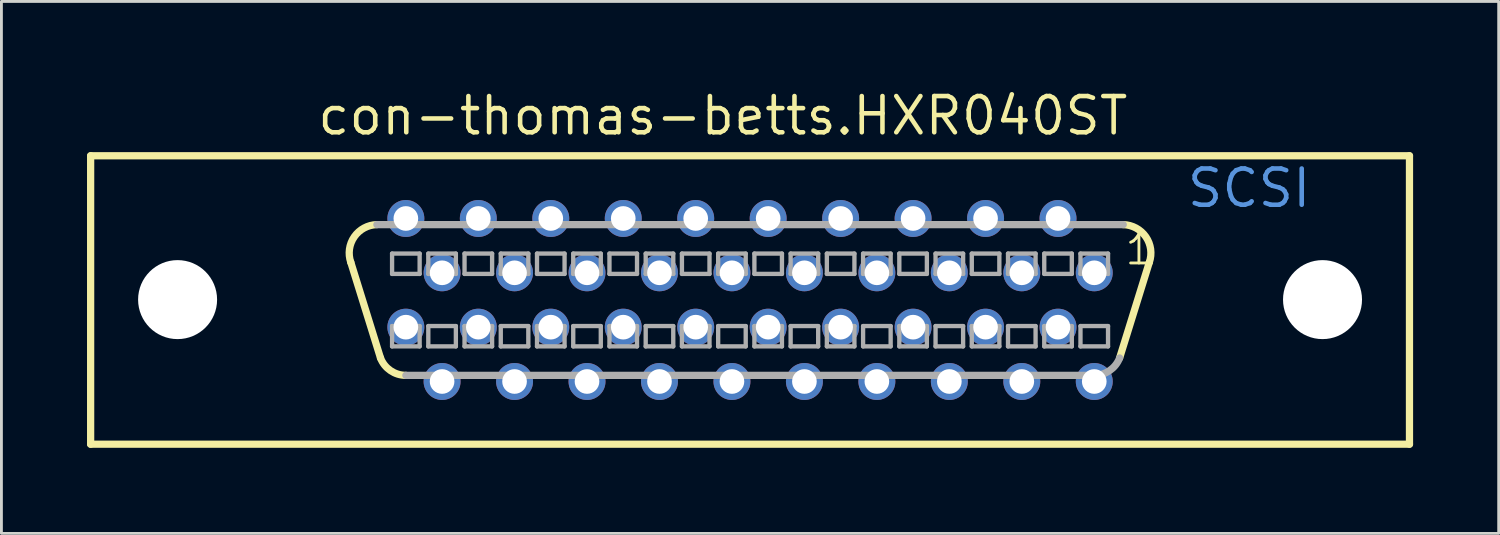
<source format=kicad_pcb>
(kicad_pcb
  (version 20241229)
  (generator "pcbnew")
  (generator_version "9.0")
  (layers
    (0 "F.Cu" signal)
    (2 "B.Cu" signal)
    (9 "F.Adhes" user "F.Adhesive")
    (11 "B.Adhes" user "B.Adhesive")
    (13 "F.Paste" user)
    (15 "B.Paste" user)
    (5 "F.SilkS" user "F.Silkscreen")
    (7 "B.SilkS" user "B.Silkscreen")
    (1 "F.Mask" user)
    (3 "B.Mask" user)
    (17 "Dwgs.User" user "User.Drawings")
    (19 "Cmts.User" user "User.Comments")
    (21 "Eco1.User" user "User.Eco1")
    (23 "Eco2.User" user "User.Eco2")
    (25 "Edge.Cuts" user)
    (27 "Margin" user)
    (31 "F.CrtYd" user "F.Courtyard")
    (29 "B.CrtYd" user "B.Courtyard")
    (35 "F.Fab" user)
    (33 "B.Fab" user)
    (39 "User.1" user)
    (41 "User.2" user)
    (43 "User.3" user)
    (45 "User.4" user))
  (footprint "con-thomas-betts.HXR040ST"
    (layer "F.Cu")
    (at 23.241 7.465)
    (property "Reference" "con-thomas-betts.HXR040ST" (at -15.24 -5.715 0) (layer "F.SilkS") (effects (font (size 1.27 1.27) (thickness 0.16)) (justify left bottom)))
    (attr through_hole)
    (fp_line (start -23.114 -5.055) (end 23.114 -5.055) (stroke (width 0.254) (type default)) (layer "F.SilkS"))
    (fp_line (start -23.114 5.055) (end -23.114 -5.055) (stroke (width 0.254) (type default)) (layer "F.SilkS"))
    (fp_line (start -12.954 2.032) (end -13.995 -1.321) (stroke (width 0.254) (type default)) (layer "F.SilkS"))
    (fp_line (start 12.954 2.032) (end 13.995 -1.321) (stroke (width 0.254) (type default)) (layer "F.SilkS"))
    (fp_line (start 23.114 -5.055) (end 23.114 5.055) (stroke (width 0.254) (type default)) (layer "F.SilkS"))
    (fp_line (start 23.114 5.055) (end -23.114 5.055) (stroke (width 0.254) (type default)) (layer "F.SilkS"))
    (fp_arc (start -13.9954 -1.3208) (mid -13.873543 -2.213361) (end -13.081 -2.6416) (stroke (width 0.254) (type default)) (layer "F.SilkS"))
    (fp_arc (start -12.065 2.6416) (mid -12.604029 2.474654) (end -12.954 2.032) (stroke (width 0.254) (type default)) (layer "F.SilkS"))
    (fp_arc (start 13.081 -2.6416) (mid 13.873543 -2.213361) (end 13.9954 -1.3208) (stroke (width 0.254) (type default)) (layer "F.SilkS"))
    (fp_line (start -12.548 -1.626) (end -12.548 -0.914) (stroke (width 0.152) (type default)) (layer "F.Fab"))
    (fp_line (start -12.548 -0.914) (end -11.582 -0.914) (stroke (width 0.152) (type default)) (layer "F.Fab"))
    (fp_line (start -12.548 0.914) (end -12.548 1.626) (stroke (width 0.152) (type default)) (layer "F.Fab"))
    (fp_line (start -12.548 1.626) (end -11.582 1.626) (stroke (width 0.152) (type default)) (layer "F.Fab"))
    (fp_line (start -11.582 -1.626) (end -12.548 -1.626) (stroke (width 0.152) (type default)) (layer "F.Fab"))
    (fp_line (start -11.582 -0.914) (end -11.582 -1.626) (stroke (width 0.152) (type default)) (layer "F.Fab"))
    (fp_line (start -11.582 0.914) (end -12.548 0.914) (stroke (width 0.152) (type default)) (layer "F.Fab"))
    (fp_line (start -11.582 1.626) (end -11.582 0.914) (stroke (width 0.152) (type default)) (layer "F.Fab"))
    (fp_line (start -11.278 -1.626) (end -11.278 -0.914) (stroke (width 0.152) (type default)) (layer "F.Fab"))
    (fp_line (start -11.278 -0.914) (end -10.312 -0.914) (stroke (width 0.152) (type default)) (layer "F.Fab"))
    (fp_line (start -11.278 0.914) (end -11.278 1.626) (stroke (width 0.152) (type default)) (layer "F.Fab"))
    (fp_line (start -11.278 1.626) (end -10.312 1.626) (stroke (width 0.152) (type default)) (layer "F.Fab"))
    (fp_line (start -10.312 -1.626) (end -11.278 -1.626) (stroke (width 0.152) (type default)) (layer "F.Fab"))
    (fp_line (start -10.312 -0.914) (end -10.312 -1.626) (stroke (width 0.152) (type default)) (layer "F.Fab"))
    (fp_line (start -10.312 0.914) (end -11.278 0.914) (stroke (width 0.152) (type default)) (layer "F.Fab"))
    (fp_line (start -10.312 1.626) (end -10.312 0.914) (stroke (width 0.152) (type default)) (layer "F.Fab"))
    (fp_line (start -10.008 -1.626) (end -10.008 -0.914) (stroke (width 0.152) (type default)) (layer "F.Fab"))
    (fp_line (start -10.008 -0.914) (end -9.042 -0.914) (stroke (width 0.152) (type default)) (layer "F.Fab"))
    (fp_line (start -10.008 0.914) (end -10.008 1.626) (stroke (width 0.152) (type default)) (layer "F.Fab"))
    (fp_line (start -10.008 1.626) (end -9.042 1.626) (stroke (width 0.152) (type default)) (layer "F.Fab"))
    (fp_line (start -9.042 -1.626) (end -10.008 -1.626) (stroke (width 0.152) (type default)) (layer "F.Fab"))
    (fp_line (start -9.042 -0.914) (end -9.042 -1.626) (stroke (width 0.152) (type default)) (layer "F.Fab"))
    (fp_line (start -9.042 0.914) (end -10.008 0.914) (stroke (width 0.152) (type default)) (layer "F.Fab"))
    (fp_line (start -9.042 1.626) (end -9.042 0.914) (stroke (width 0.152) (type default)) (layer "F.Fab"))
    (fp_line (start -8.738 -1.626) (end -8.738 -0.914) (stroke (width 0.152) (type default)) (layer "F.Fab"))
    (fp_line (start -8.738 -0.914) (end -7.772 -0.914) (stroke (width 0.152) (type default)) (layer "F.Fab"))
    (fp_line (start -8.738 0.914) (end -8.738 1.626) (stroke (width 0.152) (type default)) (layer "F.Fab"))
    (fp_line (start -8.738 1.626) (end -7.772 1.626) (stroke (width 0.152) (type default)) (layer "F.Fab"))
    (fp_line (start -7.772 -1.626) (end -8.738 -1.626) (stroke (width 0.152) (type default)) (layer "F.Fab"))
    (fp_line (start -7.772 -0.914) (end -7.772 -1.626) (stroke (width 0.152) (type default)) (layer "F.Fab"))
    (fp_line (start -7.772 0.914) (end -8.738 0.914) (stroke (width 0.152) (type default)) (layer "F.Fab"))
    (fp_line (start -7.772 1.626) (end -7.772 0.914) (stroke (width 0.152) (type default)) (layer "F.Fab"))
    (fp_line (start -7.468 -1.626) (end -7.468 -0.914) (stroke (width 0.152) (type default)) (layer "F.Fab"))
    (fp_line (start -7.468 -0.914) (end -6.502 -0.914) (stroke (width 0.152) (type default)) (layer "F.Fab"))
    (fp_line (start -7.468 0.914) (end -7.468 1.626) (stroke (width 0.152) (type default)) (layer "F.Fab"))
    (fp_line (start -7.468 1.626) (end -6.502 1.626) (stroke (width 0.152) (type default)) (layer "F.Fab"))
    (fp_line (start -6.502 -1.626) (end -7.468 -1.626) (stroke (width 0.152) (type default)) (layer "F.Fab"))
    (fp_line (start -6.502 -0.914) (end -6.502 -1.626) (stroke (width 0.152) (type default)) (layer "F.Fab"))
    (fp_line (start -6.502 0.914) (end -7.468 0.914) (stroke (width 0.152) (type default)) (layer "F.Fab"))
    (fp_line (start -6.502 1.626) (end -6.502 0.914) (stroke (width 0.152) (type default)) (layer "F.Fab"))
    (fp_line (start -6.198 -1.626) (end -6.198 -0.914) (stroke (width 0.152) (type default)) (layer "F.Fab"))
    (fp_line (start -6.198 -0.914) (end -5.232 -0.914) (stroke (width 0.152) (type default)) (layer "F.Fab"))
    (fp_line (start -6.198 0.914) (end -6.198 1.626) (stroke (width 0.152) (type default)) (layer "F.Fab"))
    (fp_line (start -6.198 1.626) (end -5.232 1.626) (stroke (width 0.152) (type default)) (layer "F.Fab"))
    (fp_line (start -5.232 -1.626) (end -6.198 -1.626) (stroke (width 0.152) (type default)) (layer "F.Fab"))
    (fp_line (start -5.232 -0.914) (end -5.232 -1.626) (stroke (width 0.152) (type default)) (layer "F.Fab"))
    (fp_line (start -5.232 0.914) (end -6.198 0.914) (stroke (width 0.152) (type default)) (layer "F.Fab"))
    (fp_line (start -5.232 1.626) (end -5.232 0.914) (stroke (width 0.152) (type default)) (layer "F.Fab"))
    (fp_line (start -4.928 -1.626) (end -4.928 -0.914) (stroke (width 0.152) (type default)) (layer "F.Fab"))
    (fp_line (start -4.928 -0.914) (end -3.962 -0.914) (stroke (width 0.152) (type default)) (layer "F.Fab"))
    (fp_line (start -4.928 0.914) (end -4.928 1.626) (stroke (width 0.152) (type default)) (layer "F.Fab"))
    (fp_line (start -4.928 1.626) (end -3.962 1.626) (stroke (width 0.152) (type default)) (layer "F.Fab"))
    (fp_line (start -3.962 -1.626) (end -4.928 -1.626) (stroke (width 0.152) (type default)) (layer "F.Fab"))
    (fp_line (start -3.962 -0.914) (end -3.962 -1.626) (stroke (width 0.152) (type default)) (layer "F.Fab"))
    (fp_line (start -3.962 0.914) (end -4.928 0.914) (stroke (width 0.152) (type default)) (layer "F.Fab"))
    (fp_line (start -3.962 1.626) (end -3.962 0.914) (stroke (width 0.152) (type default)) (layer "F.Fab"))
    (fp_line (start -3.658 -1.626) (end -3.658 -0.914) (stroke (width 0.152) (type default)) (layer "F.Fab"))
    (fp_line (start -3.658 -0.914) (end -2.692 -0.914) (stroke (width 0.152) (type default)) (layer "F.Fab"))
    (fp_line (start -3.658 0.914) (end -3.658 1.626) (stroke (width 0.152) (type default)) (layer "F.Fab"))
    (fp_line (start -3.658 1.626) (end -2.692 1.626) (stroke (width 0.152) (type default)) (layer "F.Fab"))
    (fp_line (start -2.692 -1.626) (end -3.658 -1.626) (stroke (width 0.152) (type default)) (layer "F.Fab"))
    (fp_line (start -2.692 -0.914) (end -2.692 -1.626) (stroke (width 0.152) (type default)) (layer "F.Fab"))
    (fp_line (start -2.692 0.914) (end -3.658 0.914) (stroke (width 0.152) (type default)) (layer "F.Fab"))
    (fp_line (start -2.692 1.626) (end -2.692 0.914) (stroke (width 0.152) (type default)) (layer "F.Fab"))
    (fp_line (start -2.388 -1.626) (end -2.388 -0.914) (stroke (width 0.152) (type default)) (layer "F.Fab"))
    (fp_line (start -2.388 -0.914) (end -1.422 -0.914) (stroke (width 0.152) (type default)) (layer "F.Fab"))
    (fp_line (start -2.388 0.914) (end -2.388 1.626) (stroke (width 0.152) (type default)) (layer "F.Fab"))
    (fp_line (start -2.388 1.626) (end -1.422 1.626) (stroke (width 0.152) (type default)) (layer "F.Fab"))
    (fp_line (start -1.422 -1.626) (end -2.388 -1.626) (stroke (width 0.152) (type default)) (layer "F.Fab"))
    (fp_line (start -1.422 -0.914) (end -1.422 -1.626) (stroke (width 0.152) (type default)) (layer "F.Fab"))
    (fp_line (start -1.422 0.914) (end -2.388 0.914) (stroke (width 0.152) (type default)) (layer "F.Fab"))
    (fp_line (start -1.422 1.626) (end -1.422 0.914) (stroke (width 0.152) (type default)) (layer "F.Fab"))
    (fp_line (start -1.118 -1.626) (end -1.118 -0.914) (stroke (width 0.152) (type default)) (layer "F.Fab"))
    (fp_line (start -1.118 -0.914) (end -0.152 -0.914) (stroke (width 0.152) (type default)) (layer "F.Fab"))
    (fp_line (start -1.118 0.914) (end -1.118 1.626) (stroke (width 0.152) (type default)) (layer "F.Fab"))
    (fp_line (start -1.118 1.626) (end -0.152 1.626) (stroke (width 0.152) (type default)) (layer "F.Fab"))
    (fp_line (start -0.152 -1.626) (end -1.118 -1.626) (stroke (width 0.152) (type default)) (layer "F.Fab"))
    (fp_line (start -0.152 -0.914) (end -0.152 -1.626) (stroke (width 0.152) (type default)) (layer "F.Fab"))
    (fp_line (start -0.152 0.914) (end -1.118 0.914) (stroke (width 0.152) (type default)) (layer "F.Fab"))
    (fp_line (start -0.152 1.626) (end -0.152 0.914) (stroke (width 0.152) (type default)) (layer "F.Fab"))
    (fp_line (start 0.152 -1.626) (end 0.152 -0.914) (stroke (width 0.152) (type default)) (layer "F.Fab"))
    (fp_line (start 0.152 -0.914) (end 1.118 -0.914) (stroke (width 0.152) (type default)) (layer "F.Fab"))
    (fp_line (start 0.152 0.914) (end 0.152 1.626) (stroke (width 0.152) (type default)) (layer "F.Fab"))
    (fp_line (start 0.152 1.626) (end 1.118 1.626) (stroke (width 0.152) (type default)) (layer "F.Fab"))
    (fp_line (start 1.118 -1.626) (end 0.152 -1.626) (stroke (width 0.152) (type default)) (layer "F.Fab"))
    (fp_line (start 1.118 -0.914) (end 1.118 -1.626) (stroke (width 0.152) (type default)) (layer "F.Fab"))
    (fp_line (start 1.118 0.914) (end 0.152 0.914) (stroke (width 0.152) (type default)) (layer "F.Fab"))
    (fp_line (start 1.118 1.626) (end 1.118 0.914) (stroke (width 0.152) (type default)) (layer "F.Fab"))
    (fp_line (start 1.422 -1.626) (end 1.422 -0.914) (stroke (width 0.152) (type default)) (layer "F.Fab"))
    (fp_line (start 1.422 -0.914) (end 2.388 -0.914) (stroke (width 0.152) (type default)) (layer "F.Fab"))
    (fp_line (start 1.422 0.914) (end 1.422 1.626) (stroke (width 0.152) (type default)) (layer "F.Fab"))
    (fp_line (start 1.422 1.626) (end 2.388 1.626) (stroke (width 0.152) (type default)) (layer "F.Fab"))
    (fp_line (start 2.388 -1.626) (end 1.422 -1.626) (stroke (width 0.152) (type default)) (layer "F.Fab"))
    (fp_line (start 2.388 -0.914) (end 2.388 -1.626) (stroke (width 0.152) (type default)) (layer "F.Fab"))
    (fp_line (start 2.388 0.914) (end 1.422 0.914) (stroke (width 0.152) (type default)) (layer "F.Fab"))
    (fp_line (start 2.388 1.626) (end 2.388 0.914) (stroke (width 0.152) (type default)) (layer "F.Fab"))
    (fp_line (start 2.692 -1.626) (end 2.692 -0.914) (stroke (width 0.152) (type default)) (layer "F.Fab"))
    (fp_line (start 2.692 -0.914) (end 3.658 -0.914) (stroke (width 0.152) (type default)) (layer "F.Fab"))
    (fp_line (start 2.692 0.914) (end 2.692 1.626) (stroke (width 0.152) (type default)) (layer "F.Fab"))
    (fp_line (start 2.692 1.626) (end 3.658 1.626) (stroke (width 0.152) (type default)) (layer "F.Fab"))
    (fp_line (start 3.658 -1.626) (end 2.692 -1.626) (stroke (width 0.152) (type default)) (layer "F.Fab"))
    (fp_line (start 3.658 -0.914) (end 3.658 -1.626) (stroke (width 0.152) (type default)) (layer "F.Fab"))
    (fp_line (start 3.658 0.914) (end 2.692 0.914) (stroke (width 0.152) (type default)) (layer "F.Fab"))
    (fp_line (start 3.658 1.626) (end 3.658 0.914) (stroke (width 0.152) (type default)) (layer "F.Fab"))
    (fp_line (start 3.962 -1.626) (end 3.962 -0.914) (stroke (width 0.152) (type default)) (layer "F.Fab"))
    (fp_line (start 3.962 -0.914) (end 4.928 -0.914) (stroke (width 0.152) (type default)) (layer "F.Fab"))
    (fp_line (start 3.962 0.914) (end 3.962 1.626) (stroke (width 0.152) (type default)) (layer "F.Fab"))
    (fp_line (start 3.962 1.626) (end 4.928 1.626) (stroke (width 0.152) (type default)) (layer "F.Fab"))
    (fp_line (start 4.928 -1.626) (end 3.962 -1.626) (stroke (width 0.152) (type default)) (layer "F.Fab"))
    (fp_line (start 4.928 -0.914) (end 4.928 -1.626) (stroke (width 0.152) (type default)) (layer "F.Fab"))
    (fp_line (start 4.928 0.914) (end 3.962 0.914) (stroke (width 0.152) (type default)) (layer "F.Fab"))
    (fp_line (start 4.928 1.626) (end 4.928 0.914) (stroke (width 0.152) (type default)) (layer "F.Fab"))
    (fp_line (start 5.232 -1.626) (end 5.232 -0.914) (stroke (width 0.152) (type default)) (layer "F.Fab"))
    (fp_line (start 5.232 -0.914) (end 6.198 -0.914) (stroke (width 0.152) (type default)) (layer "F.Fab"))
    (fp_line (start 5.232 0.914) (end 5.232 1.626) (stroke (width 0.152) (type default)) (layer "F.Fab"))
    (fp_line (start 5.232 1.626) (end 6.198 1.626) (stroke (width 0.152) (type default)) (layer "F.Fab"))
    (fp_line (start 6.198 -1.626) (end 5.232 -1.626) (stroke (width 0.152) (type default)) (layer "F.Fab"))
    (fp_line (start 6.198 -0.914) (end 6.198 -1.626) (stroke (width 0.152) (type default)) (layer "F.Fab"))
    (fp_line (start 6.198 0.914) (end 5.232 0.914) (stroke (width 0.152) (type default)) (layer "F.Fab"))
    (fp_line (start 6.198 1.626) (end 6.198 0.914) (stroke (width 0.152) (type default)) (layer "F.Fab"))
    (fp_line (start 6.502 -1.626) (end 6.502 -0.914) (stroke (width 0.152) (type default)) (layer "F.Fab"))
    (fp_line (start 6.502 -0.914) (end 7.468 -0.914) (stroke (width 0.152) (type default)) (layer "F.Fab"))
    (fp_line (start 6.502 0.914) (end 6.502 1.626) (stroke (width 0.152) (type default)) (layer "F.Fab"))
    (fp_line (start 6.502 1.626) (end 7.468 1.626) (stroke (width 0.152) (type default)) (layer "F.Fab"))
    (fp_line (start 7.468 -1.626) (end 6.502 -1.626) (stroke (width 0.152) (type default)) (layer "F.Fab"))
    (fp_line (start 7.468 -0.914) (end 7.468 -1.626) (stroke (width 0.152) (type default)) (layer "F.Fab"))
    (fp_line (start 7.468 0.914) (end 6.502 0.914) (stroke (width 0.152) (type default)) (layer "F.Fab"))
    (fp_line (start 7.468 1.626) (end 7.468 0.914) (stroke (width 0.152) (type default)) (layer "F.Fab"))
    (fp_line (start 7.772 -1.626) (end 7.772 -0.914) (stroke (width 0.152) (type default)) (layer "F.Fab"))
    (fp_line (start 7.772 -0.914) (end 8.738 -0.914) (stroke (width 0.152) (type default)) (layer "F.Fab"))
    (fp_line (start 7.772 0.914) (end 7.772 1.626) (stroke (width 0.152) (type default)) (layer "F.Fab"))
    (fp_line (start 7.772 1.626) (end 8.738 1.626) (stroke (width 0.152) (type default)) (layer "F.Fab"))
    (fp_line (start 8.738 -1.626) (end 7.772 -1.626) (stroke (width 0.152) (type default)) (layer "F.Fab"))
    (fp_line (start 8.738 -0.914) (end 8.738 -1.626) (stroke (width 0.152) (type default)) (layer "F.Fab"))
    (fp_line (start 8.738 0.914) (end 7.772 0.914) (stroke (width 0.152) (type default)) (layer "F.Fab"))
    (fp_line (start 8.738 1.626) (end 8.738 0.914) (stroke (width 0.152) (type default)) (layer "F.Fab"))
    (fp_line (start 9.042 -1.626) (end 9.042 -0.914) (stroke (width 0.152) (type default)) (layer "F.Fab"))
    (fp_line (start 9.042 -0.914) (end 10.008 -0.914) (stroke (width 0.152) (type default)) (layer "F.Fab"))
    (fp_line (start 9.042 0.914) (end 9.042 1.626) (stroke (width 0.152) (type default)) (layer "F.Fab"))
    (fp_line (start 9.042 1.626) (end 10.008 1.626) (stroke (width 0.152) (type default)) (layer "F.Fab"))
    (fp_line (start 10.008 -1.626) (end 9.042 -1.626) (stroke (width 0.152) (type default)) (layer "F.Fab"))
    (fp_line (start 10.008 -0.914) (end 10.008 -1.626) (stroke (width 0.152) (type default)) (layer "F.Fab"))
    (fp_line (start 10.008 0.914) (end 9.042 0.914) (stroke (width 0.152) (type default)) (layer "F.Fab"))
    (fp_line (start 10.008 1.626) (end 10.008 0.914) (stroke (width 0.152) (type default)) (layer "F.Fab"))
    (fp_line (start 10.312 -1.626) (end 10.312 -0.914) (stroke (width 0.152) (type default)) (layer "F.Fab"))
    (fp_line (start 10.312 -0.914) (end 11.278 -0.914) (stroke (width 0.152) (type default)) (layer "F.Fab"))
    (fp_line (start 10.312 0.914) (end 10.312 1.626) (stroke (width 0.152) (type default)) (layer "F.Fab"))
    (fp_line (start 10.312 1.626) (end 11.278 1.626) (stroke (width 0.152) (type default)) (layer "F.Fab"))
    (fp_line (start 11.278 -1.626) (end 10.312 -1.626) (stroke (width 0.152) (type default)) (layer "F.Fab"))
    (fp_line (start 11.278 -0.914) (end 11.278 -1.626) (stroke (width 0.152) (type default)) (layer "F.Fab"))
    (fp_line (start 11.278 0.914) (end 10.312 0.914) (stroke (width 0.152) (type default)) (layer "F.Fab"))
    (fp_line (start 11.278 1.626) (end 11.278 0.914) (stroke (width 0.152) (type default)) (layer "F.Fab"))
    (fp_line (start 11.582 -1.626) (end 11.582 -0.914) (stroke (width 0.152) (type default)) (layer "F.Fab"))
    (fp_line (start 11.582 -0.914) (end 12.548 -0.914) (stroke (width 0.152) (type default)) (layer "F.Fab"))
    (fp_line (start 11.582 0.914) (end 11.582 1.626) (stroke (width 0.152) (type default)) (layer "F.Fab"))
    (fp_line (start 11.582 1.626) (end 12.548 1.626) (stroke (width 0.152) (type default)) (layer "F.Fab"))
    (fp_line (start 12.065 2.642) (end -12.065 2.642) (stroke (width 0.254) (type default)) (layer "F.Fab"))
    (fp_line (start 12.548 -1.626) (end 11.582 -1.626) (stroke (width 0.152) (type default)) (layer "F.Fab"))
    (fp_line (start 12.548 -0.914) (end 12.548 -1.626) (stroke (width 0.152) (type default)) (layer "F.Fab"))
    (fp_line (start 12.548 0.914) (end 11.582 0.914) (stroke (width 0.152) (type default)) (layer "F.Fab"))
    (fp_line (start 12.548 1.626) (end 12.548 0.914) (stroke (width 0.152) (type default)) (layer "F.Fab"))
    (fp_line (start 13.081 -2.642) (end -13.081 -2.642) (stroke (width 0.254) (type default)) (layer "F.Fab"))
    (fp_arc (start 12.954 2.032) (mid 12.604029 2.474654) (end 12.065 2.6416) (stroke (width 0.254) (type default)) (layer "F.Fab"))
    (fp_text user "1" (at 13.081 -1.168 0) (layer "F.SilkS") (effects (font (size 1.016 1.016) (thickness 0.1)) (justify left bottom)))
    (fp_text user "SCSI" (at 15.24 -3.175 0) (layer "Cmts.User") (effects (font (size 1.27 1.27) (thickness 0.16)) (justify left bottom)))
    (pad "" np_thru_hole circle (at -20.066 -0.013) (size 2.769 2.769) (drill 2.769) (layers "*.Cu" "*.Mask"))
    (pad "" np_thru_hole circle (at 20.066 -0.013) (size 2.769 2.769) (drill 2.769) (layers "*.Cu" "*.Mask"))
    (pad "1" thru_hole circle (at 12.065 -0.953) (size 1.295 1.295) (drill 0.864) (layers "*.Cu" "*.Mask"))
    (pad "2" thru_hole circle (at 10.795 -2.857) (size 1.295 1.295) (drill 0.864) (layers "*.Cu" "*.Mask"))
    (pad "3" thru_hole circle (at 9.525 -0.953) (size 1.295 1.295) (drill 0.864) (layers "*.Cu" "*.Mask"))
    (pad "4" thru_hole circle (at 8.255 -2.857) (size 1.295 1.295) (drill 0.864) (layers "*.Cu" "*.Mask"))
    (pad "5" thru_hole circle (at 6.985 -0.953) (size 1.295 1.295) (drill 0.864) (layers "*.Cu" "*.Mask"))
    (pad "6" thru_hole circle (at 5.715 -2.857) (size 1.295 1.295) (drill 0.864) (layers "*.Cu" "*.Mask"))
    (pad "7" thru_hole circle (at 4.445 -0.953) (size 1.295 1.295) (drill 0.864) (layers "*.Cu" "*.Mask"))
    (pad "8" thru_hole circle (at 3.175 -2.857) (size 1.295 1.295) (drill 0.864) (layers "*.Cu" "*.Mask"))
    (pad "9" thru_hole circle (at 1.905 -0.953) (size 1.295 1.295) (drill 0.864) (layers "*.Cu" "*.Mask"))
    (pad "10" thru_hole circle (at 0.635 -2.857) (size 1.295 1.295) (drill 0.864) (layers "*.Cu" "*.Mask"))
    (pad "11" thru_hole circle (at -0.635 -0.953) (size 1.295 1.295) (drill 0.864) (layers "*.Cu" "*.Mask"))
    (pad "12" thru_hole circle (at -1.905 -2.857) (size 1.295 1.295) (drill 0.864) (layers "*.Cu" "*.Mask"))
    (pad "13" thru_hole circle (at -3.175 -0.953) (size 1.295 1.295) (drill 0.864) (layers "*.Cu" "*.Mask"))
    (pad "14" thru_hole circle (at -4.445 -2.857) (size 1.295 1.295) (drill 0.864) (layers "*.Cu" "*.Mask"))
    (pad "15" thru_hole circle (at -5.715 -0.953) (size 1.295 1.295) (drill 0.864) (layers "*.Cu" "*.Mask"))
    (pad "16" thru_hole circle (at -6.985 -2.857) (size 1.295 1.295) (drill 0.864) (layers "*.Cu" "*.Mask"))
    (pad "17" thru_hole circle (at -8.255 -0.953) (size 1.295 1.295) (drill 0.864) (layers "*.Cu" "*.Mask"))
    (pad "18" thru_hole circle (at -9.525 -2.857) (size 1.295 1.295) (drill 0.864) (layers "*.Cu" "*.Mask"))
    (pad "19" thru_hole circle (at -10.795 -0.953) (size 1.295 1.295) (drill 0.864) (layers "*.Cu" "*.Mask"))
    (pad "20" thru_hole circle (at -12.065 -2.857) (size 1.295 1.295) (drill 0.864) (layers "*.Cu" "*.Mask"))
    (pad "21" thru_hole circle (at 12.065 2.857) (size 1.295 1.295) (drill 0.864) (layers "*.Cu" "*.Mask"))
    (pad "22" thru_hole circle (at 10.795 0.953) (size 1.295 1.295) (drill 0.864) (layers "*.Cu" "*.Mask"))
    (pad "23" thru_hole circle (at 9.525 2.857) (size 1.295 1.295) (drill 0.864) (layers "*.Cu" "*.Mask"))
    (pad "24" thru_hole circle (at 8.255 0.953) (size 1.295 1.295) (drill 0.864) (layers "*.Cu" "*.Mask"))
    (pad "25" thru_hole circle (at 6.985 2.857) (size 1.295 1.295) (drill 0.864) (layers "*.Cu" "*.Mask"))
    (pad "26" thru_hole circle (at 5.715 0.953) (size 1.295 1.295) (drill 0.864) (layers "*.Cu" "*.Mask"))
    (pad "27" thru_hole circle (at 4.445 2.857) (size 1.295 1.295) (drill 0.864) (layers "*.Cu" "*.Mask"))
    (pad "28" thru_hole circle (at 3.175 0.953) (size 1.295 1.295) (drill 0.864) (layers "*.Cu" "*.Mask"))
    (pad "29" thru_hole circle (at 1.905 2.857) (size 1.295 1.295) (drill 0.864) (layers "*.Cu" "*.Mask"))
    (pad "30" thru_hole circle (at 0.635 0.953) (size 1.295 1.295) (drill 0.864) (layers "*.Cu" "*.Mask"))
    (pad "31" thru_hole circle (at -0.635 2.857) (size 1.295 1.295) (drill 0.864) (layers "*.Cu" "*.Mask"))
    (pad "32" thru_hole circle (at -1.905 0.953) (size 1.295 1.295) (drill 0.864) (layers "*.Cu" "*.Mask"))
    (pad "33" thru_hole circle (at -3.175 2.857) (size 1.295 1.295) (drill 0.864) (layers "*.Cu" "*.Mask"))
    (pad "34" thru_hole circle (at -4.445 0.953) (size 1.295 1.295) (drill 0.864) (layers "*.Cu" "*.Mask"))
    (pad "35" thru_hole circle (at -5.715 2.857) (size 1.295 1.295) (drill 0.864) (layers "*.Cu" "*.Mask"))
    (pad "36" thru_hole circle (at -6.985 0.953) (size 1.295 1.295) (drill 0.864) (layers "*.Cu" "*.Mask"))
    (pad "37" thru_hole circle (at -8.255 2.857) (size 1.295 1.295) (drill 0.864) (layers "*.Cu" "*.Mask"))
    (pad "38" thru_hole circle (at -9.525 0.953) (size 1.295 1.295) (drill 0.864) (layers "*.Cu" "*.Mask"))
    (pad "39" thru_hole circle (at -10.795 2.857) (size 1.295 1.295) (drill 0.864) (layers "*.Cu" "*.Mask"))
    (pad "40" thru_hole circle (at -12.065 0.953) (size 1.295 1.295) (drill 0.864) (layers "*.Cu" "*.Mask")))
  (gr_rect
    (start -3 -3)
    (end 49.482 15.647)
    (stroke (width 0.1) (type default))
    (fill no)
    (layer "Edge.Cuts")))
</source>
